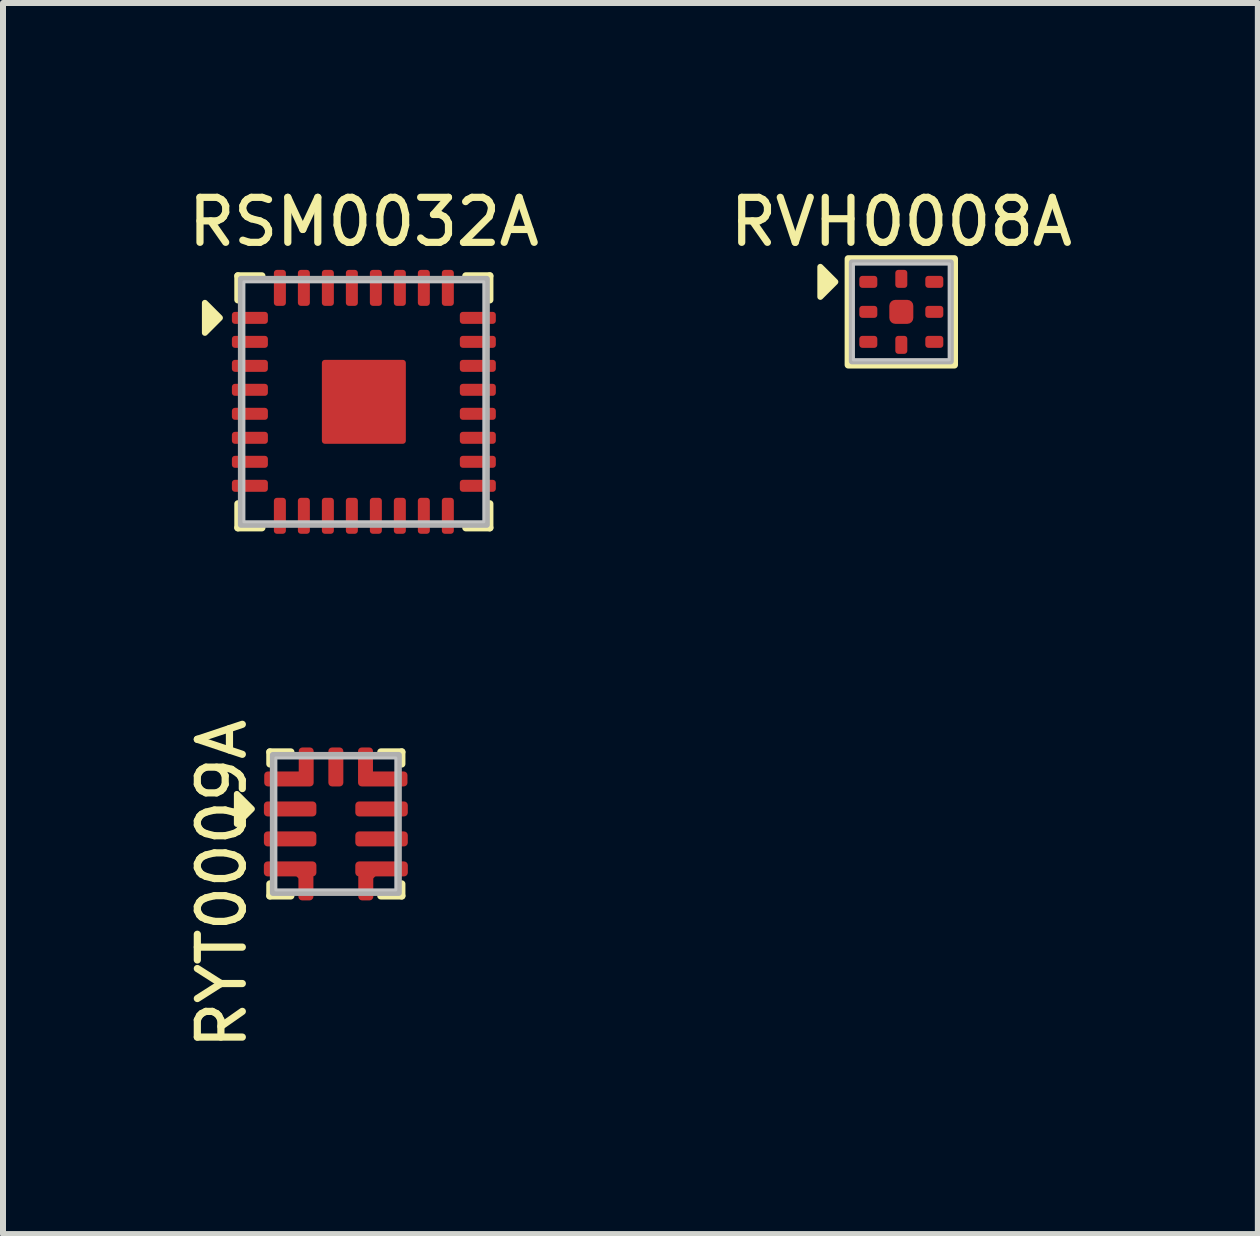
<source format=kicad_pcb>
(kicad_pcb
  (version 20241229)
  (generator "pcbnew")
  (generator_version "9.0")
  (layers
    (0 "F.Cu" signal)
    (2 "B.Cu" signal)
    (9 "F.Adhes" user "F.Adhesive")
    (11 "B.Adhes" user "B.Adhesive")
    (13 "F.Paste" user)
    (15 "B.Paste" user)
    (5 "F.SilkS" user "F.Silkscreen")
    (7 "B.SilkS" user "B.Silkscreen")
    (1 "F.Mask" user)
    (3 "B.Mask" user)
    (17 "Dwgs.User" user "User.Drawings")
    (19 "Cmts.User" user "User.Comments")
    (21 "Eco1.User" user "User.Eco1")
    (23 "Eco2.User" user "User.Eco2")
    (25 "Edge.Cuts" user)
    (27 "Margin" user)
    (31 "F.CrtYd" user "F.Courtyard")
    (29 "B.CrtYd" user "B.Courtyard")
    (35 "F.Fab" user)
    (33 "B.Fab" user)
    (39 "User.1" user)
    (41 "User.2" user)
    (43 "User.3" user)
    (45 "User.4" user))
  (footprint "RVH0008A"
    (layer "F.Cu")
    (at 11.976 2.149)
    (property "Reference" "RVH0008A" (at 0 -1.5 0) (unlocked yes) (layer "F.SilkS") (effects (font (size 0.75 0.75) (thickness 0.12))))
    (attr smd)
    (fp_rect (start -0.885 -0.885) (end 0.885 0.885) (stroke (width 0.12) (type default)) (fill no) (layer "F.SilkS"))
    (fp_poly (pts (xy -1.1 -0.5) (xy -1.35 -0.25) (xy -1.35 -0.75)) (stroke (width 0.1) (type solid)) (fill yes) (layer "F.SilkS"))
    (fp_rect (start -0.8 -0.8) (end 0.8 0.8) (stroke (width 0.05) (type default)) (fill no) (layer "Dwgs.User"))
    (fp_rect (start -0.825 -0.825) (end 0.825 0.825) (stroke (width 0.1) (type default)) (fill no) (layer "F.Fab"))
    (pad "1" smd roundrect (at -0.55 -0.5) (size 0.3 0.2) (layers "F.Cu" "F.Mask" "F.Paste") (roundrect_rratio 0.25))
    (pad "2" smd roundrect (at -0.55 0) (size 0.3 0.2) (layers "F.Cu" "F.Mask" "F.Paste") (roundrect_rratio 0.25))
    (pad "3" smd roundrect (at -0.55 0.5) (size 0.3 0.2) (layers "F.Cu" "F.Mask" "F.Paste") (roundrect_rratio 0.25))
    (pad "4" smd roundrect (at 0 0.55 90) (size 0.3 0.2) (layers "F.Cu" "F.Mask" "F.Paste") (roundrect_rratio 0.25))
    (pad "5" smd roundrect (at 0.55 0.5) (size 0.3 0.2) (layers "F.Cu" "F.Mask" "F.Paste") (roundrect_rratio 0.25))
    (pad "6" smd roundrect (at 0.55 0) (size 0.3 0.2) (layers "F.Cu" "F.Mask" "F.Paste") (roundrect_rratio 0.25))
    (pad "7" smd roundrect (at 0.55 -0.5) (size 0.3 0.2) (layers "F.Cu" "F.Mask" "F.Paste") (roundrect_rratio 0.25))
    (pad "8" smd roundrect (at 0 -0.55 90) (size 0.3 0.2) (layers "F.Cu" "F.Mask" "F.Paste") (roundrect_rratio 0.25))
    (pad "9" smd roundrect (at 0 0) (size 0.4 0.4) (layers "F.Cu" "F.Mask" "F.Paste") (roundrect_rratio 0.25)))
  (footprint "RSM0032A"
    (layer "F.Cu")
    (at 3.016 3.649)
    (property "Reference" "RSM0032A" (at 0 -3 0) (unlocked yes) (layer "F.SilkS") (effects (font (size 0.75 0.75) (thickness 0.12))))
    (attr smd allow_soldermask_bridges)
    (fp_line (start -2.1 -2.1) (end -2.1 -1.7) (stroke (width 0.12) (type default)) (layer "F.SilkS"))
    (fp_line (start -2.1 2.1) (end -2.1 1.7) (stroke (width 0.12) (type default)) (layer "F.SilkS"))
    (fp_line (start -2.1 2.1) (end -1.7 2.1) (stroke (width 0.12) (type default)) (layer "F.SilkS"))
    (fp_line (start -1.7 -2.1) (end -2.1 -2.1) (stroke (width 0.12) (type default)) (layer "F.SilkS"))
    (fp_line (start 2.1 -2.1) (end 1.7 -2.1) (stroke (width 0.12) (type default)) (layer "F.SilkS"))
    (fp_line (start 2.1 -2.1) (end 2.1 -1.7) (stroke (width 0.12) (type default)) (layer "F.SilkS"))
    (fp_line (start 2.1 2.1) (end 1.7 2.1) (stroke (width 0.12) (type default)) (layer "F.SilkS"))
    (fp_line (start 2.1 2.1) (end 2.1 1.7) (stroke (width 0.12) (type default)) (layer "F.SilkS"))
    (fp_poly (pts (xy -2.4 -1.4) (xy -2.65 -1.15) (xy -2.65 -1.65)) (stroke (width 0.1) (type solid)) (fill yes) (layer "F.SilkS"))
    (fp_rect (start -2 -2) (end 2 2) (stroke (width 0.05) (type default)) (fill no) (layer "Dwgs.User"))
    (fp_rect (start -2.05 -2.05) (end 2.05 2.05) (stroke (width 0.1) (type default)) (fill no) (layer "F.Fab"))
    (pad "1" smd roundrect (at -1.9 -1.4) (size 0.6 0.2) (layers "F.Cu" "F.Mask" "F.Paste") (roundrect_rratio 0.25))
    (pad "2" smd roundrect (at -1.9 -1) (size 0.6 0.2) (layers "F.Cu" "F.Mask" "F.Paste") (roundrect_rratio 0.25))
    (pad "3" smd roundrect (at -1.9 -0.6) (size 0.6 0.2) (layers "F.Cu" "F.Mask" "F.Paste") (roundrect_rratio 0.25))
    (pad "4" smd roundrect (at -1.9 -0.2) (size 0.6 0.2) (layers "F.Cu" "F.Mask" "F.Paste") (roundrect_rratio 0.25))
    (pad "5" smd roundrect (at -1.9 0.2) (size 0.6 0.2) (layers "F.Cu" "F.Mask" "F.Paste") (roundrect_rratio 0.25))
    (pad "6" smd roundrect (at -1.9 0.6) (size 0.6 0.2) (layers "F.Cu" "F.Mask" "F.Paste") (roundrect_rratio 0.25))
    (pad "7" smd roundrect (at -1.9 1) (size 0.6 0.2) (layers "F.Cu" "F.Mask" "F.Paste") (roundrect_rratio 0.25))
    (pad "8" smd roundrect (at -1.9 1.4) (size 0.6 0.2) (layers "F.Cu" "F.Mask" "F.Paste") (roundrect_rratio 0.25))
    (pad "9" smd roundrect (at -1.4 1.9 270) (size 0.6 0.2) (layers "F.Cu" "F.Mask" "F.Paste") (roundrect_rratio 0.25))
    (pad "10" smd roundrect (at -1 1.9 270) (size 0.6 0.2) (layers "F.Cu" "F.Mask" "F.Paste") (roundrect_rratio 0.25))
    (pad "11" smd roundrect (at -0.6 1.9 270) (size 0.6 0.2) (layers "F.Cu" "F.Mask" "F.Paste") (roundrect_rratio 0.25))
    (pad "12" smd roundrect (at -0.2 1.9 270) (size 0.6 0.2) (layers "F.Cu" "F.Mask" "F.Paste") (roundrect_rratio 0.25))
    (pad "13" smd roundrect (at 0.2 1.9 270) (size 0.6 0.2) (layers "F.Cu" "F.Mask" "F.Paste") (roundrect_rratio 0.25))
    (pad "14" smd roundrect (at 0.6 1.9 270) (size 0.6 0.2) (layers "F.Cu" "F.Mask" "F.Paste") (roundrect_rratio 0.25))
    (pad "15" smd roundrect (at 1 1.9 270) (size 0.6 0.2) (layers "F.Cu" "F.Mask" "F.Paste") (roundrect_rratio 0.25))
    (pad "16" smd roundrect (at 1.4 1.9 270) (size 0.6 0.2) (layers "F.Cu" "F.Mask" "F.Paste") (roundrect_rratio 0.25))
    (pad "17" smd roundrect (at 1.9 1.4) (size 0.6 0.2) (layers "F.Cu" "F.Mask" "F.Paste") (roundrect_rratio 0.25))
    (pad "18" smd roundrect (at 1.9 1) (size 0.6 0.2) (layers "F.Cu" "F.Mask" "F.Paste") (roundrect_rratio 0.25))
    (pad "19" smd roundrect (at 1.9 0.6) (size 0.6 0.2) (layers "F.Cu" "F.Mask" "F.Paste") (roundrect_rratio 0.25))
    (pad "20" smd roundrect (at 1.9 0.2) (size 0.6 0.2) (layers "F.Cu" "F.Mask" "F.Paste") (roundrect_rratio 0.25))
    (pad "21" smd roundrect (at 1.9 -0.2) (size 0.6 0.2) (layers "F.Cu" "F.Mask" "F.Paste") (roundrect_rratio 0.25))
    (pad "22" smd roundrect (at 1.9 -0.6) (size 0.6 0.2) (layers "F.Cu" "F.Mask" "F.Paste") (roundrect_rratio 0.25))
    (pad "23" smd roundrect (at 1.9 -1) (size 0.6 0.2) (layers "F.Cu" "F.Mask" "F.Paste") (roundrect_rratio 0.25))
    (pad "24" smd roundrect (at 1.9 -1.4) (size 0.6 0.2) (layers "F.Cu" "F.Mask" "F.Paste") (roundrect_rratio 0.25))
    (pad "25" smd roundrect (at 1.4 -1.9 90) (size 0.6 0.2) (layers "F.Cu" "F.Mask" "F.Paste") (roundrect_rratio 0.25))
    (pad "26" smd roundrect (at 1 -1.9 90) (size 0.6 0.2) (layers "F.Cu" "F.Mask" "F.Paste") (roundrect_rratio 0.25))
    (pad "27" smd roundrect (at 0.6 -1.9 90) (size 0.6 0.2) (layers "F.Cu" "F.Mask" "F.Paste") (roundrect_rratio 0.25))
    (pad "28" smd roundrect (at 0.2 -1.9 90) (size 0.6 0.2) (layers "F.Cu" "F.Mask" "F.Paste") (roundrect_rratio 0.25))
    (pad "29" smd roundrect (at -0.2 -1.9 90) (size 0.6 0.2) (layers "F.Cu" "F.Mask" "F.Paste") (roundrect_rratio 0.25))
    (pad "30" smd roundrect (at -0.6 -1.9 90) (size 0.6 0.2) (layers "F.Cu" "F.Mask" "F.Paste") (roundrect_rratio 0.25))
    (pad "31" smd roundrect (at -1 -1.9 90) (size 0.6 0.2) (layers "F.Cu" "F.Mask" "F.Paste") (roundrect_rratio 0.25))
    (pad "32" smd roundrect (at -1.4 -1.9 90) (size 0.6 0.2) (layers "F.Cu" "F.Mask" "F.Paste") (roundrect_rratio 0.25))
    (pad "33" smd roundrect (at 0 0) (size 1.4 1.4) (layers "F.Cu" "F.Mask" "F.Paste") (roundrect_rratio 0.036)))
  (footprint "RYT0009A"
    (layer "F.Cu")
    (at 2.549 10.686)
    (property "Reference" "RYT0009A" (at -1.9 1 90) (unlocked yes) (layer "F.SilkS") (effects (font (size 0.75 0.75) (thickness 0.12))))
    (attr smd)
    (fp_line (start -1.1 -1) (end -1.1 -1.2) (stroke (width 0.12) (type default)) (layer "F.SilkS"))
    (fp_line (start -1.1 1) (end -1.1 1.2) (stroke (width 0.12) (type default)) (layer "F.SilkS"))
    (fp_line (start -0.75 -1.2) (end -1.1 -1.2) (stroke (width 0.12) (type default)) (layer "F.SilkS"))
    (fp_line (start -0.75 1.2) (end -1.1 1.2) (stroke (width 0.12) (type default)) (layer "F.SilkS"))
    (fp_line (start 0.75 1.2) (end 1.1 1.2) (stroke (width 0.12) (type default)) (layer "F.SilkS"))
    (fp_line (start 1.1 -1.2) (end 0.75 -1.2) (stroke (width 0.12) (type default)) (layer "F.SilkS"))
    (fp_line (start 1.1 -1) (end 1.1 -1.2) (stroke (width 0.12) (type default)) (layer "F.SilkS"))
    (fp_line (start 1.1 1.2) (end 1.1 1) (stroke (width 0.12) (type default)) (layer "F.SilkS"))
    (fp_poly (pts (xy -1.4 -0.25) (xy -1.65 0) (xy -1.65 -0.5)) (stroke (width 0.1) (type solid)) (fill yes) (layer "F.SilkS"))
    (fp_rect (start -1 -1.1) (end 1 1.1) (stroke (width 0.05) (type default)) (fill no) (layer "Dwgs.User"))
    (fp_rect (start -1.05 -1.15) (end 1.05 1.15) (stroke (width 0.1) (type default)) (fill no) (layer "F.Fab"))
    (pad "1" smd roundrect (at -0.762 -0.25) (size 0.875 0.25) (layers "F.Cu" "F.Mask" "F.Paste") (roundrect_rratio 0.25))
    (pad "2" smd roundrect (at -0.762 0.25) (size 0.875 0.25) (layers "F.Cu" "F.Mask" "F.Paste") (roundrect_rratio 0.25))
    (pad "3" smd custom (at -0.762 0.75) (size 0.25 0.25) (layers "F.Cu" "F.Mask" "F.Paste") (options (anchor circle)) (primitives (gr_poly (pts (xy 0.438 -0.062) (xy 0.433 -0.086) (xy 0.419 -0.107) (xy 0.399 -0.12) (xy 0.375 -0.125) (xy -0.375 -0.125) (xy -0.399 -0.12) (xy -0.419 -0.107) (xy -0.433 -0.086) (xy -0.438 -0.062) (xy -0.438 0.062) (xy -0.433 0.086) (xy -0.419 0.107) (xy -0.399 0.12) (xy -0.375 0.125) (xy 0.375 0.125) (xy 0.399 0.12) (xy 0.419 0.107) (xy 0.433 0.086) (xy 0.438 0.062)) (width 0) (fill yes)) (gr_poly (pts (xy 0.168 0.515) (xy 0.164 0.512) (xy 0.15 0.498) (xy 0.148 0.495) (xy 0.14 0.477) (xy 0.138 0.467) (xy 0.138 0.458) (xy 0.138 0.175) (xy 0.136 0.155) (xy 0.107 0.127) (xy 0.087 0.125) (xy -0.37 0.125) (xy -0.38 0.124) (xy -0.389 0.122) (xy -0.407 0.115) (xy -0.411 0.112) (xy -0.425 0.098) (xy -0.427 0.095) (xy -0.435 0.077) (xy -0.437 0.067) (xy -0.438 0.058) (xy -0.438 -0.058) (xy -0.437 -0.067) (xy -0.435 -0.077) (xy -0.427 -0.095) (xy -0.425 -0.098) (xy -0.411 -0.112) (xy -0.407 -0.115) (xy -0.389 -0.122) (xy -0.38 -0.124) (xy -0.37 -0.125) (xy 0.2 -0.125) (xy 0.32 -0.125) (xy 0.33 -0.124) (xy 0.339 -0.122) (xy 0.357 -0.115) (xy 0.361 -0.112) (xy 0.375 -0.098) (xy 0.377 -0.095) (xy 0.385 -0.077) (xy 0.387 -0.067) (xy 0.388 -0.058) (xy 0.388 0.458) (xy 0.387 0.467) (xy 0.385 0.477) (xy 0.377 0.495) (xy 0.375 0.498) (xy 0.361 0.512) (xy 0.357 0.515) (xy 0.339 0.522) (xy 0.33 0.524) (xy 0.32 0.525) (xy 0.205 0.525) (xy 0.195 0.524) (xy 0.186 0.522)) (width 0) (fill yes))))
    (pad "4" smd custom (at 0.762 0.75) (size 0.25 0.25) (layers "F.Cu" "F.Mask" "F.Paste") (options (anchor circle)) (primitives (gr_poly (pts (xy -0.438 -0.062) (xy -0.433 -0.086) (xy -0.419 -0.107) (xy -0.399 -0.12) (xy -0.375 -0.125) (xy 0.375 -0.125) (xy 0.399 -0.12) (xy 0.419 -0.107) (xy 0.433 -0.086) (xy 0.438 -0.062) (xy 0.438 0.062) (xy 0.433 0.086) (xy 0.419 0.107) (xy 0.399 0.12) (xy 0.375 0.125) (xy -0.375 0.125) (xy -0.399 0.12) (xy -0.419 0.107) (xy -0.433 0.086) (xy -0.438 0.062)) (width 0) (fill yes)) (gr_poly (pts (xy -0.168 0.515) (xy -0.164 0.512) (xy -0.15 0.498) (xy -0.148 0.495) (xy -0.14 0.477) (xy -0.138 0.467) (xy -0.138 0.458) (xy -0.138 0.175) (xy -0.136 0.155) (xy -0.107 0.127) (xy -0.087 0.125) (xy 0.37 0.125) (xy 0.38 0.124) (xy 0.389 0.122) (xy 0.407 0.115) (xy 0.411 0.112) (xy 0.425 0.098) (xy 0.427 0.095) (xy 0.435 0.077) (xy 0.437 0.067) (xy 0.438 0.058) (xy 0.438 -0.058) (xy 0.437 -0.067) (xy 0.435 -0.077) (xy 0.427 -0.095) (xy 0.425 -0.098) (xy 0.411 -0.112) (xy 0.407 -0.115) (xy 0.389 -0.122) (xy 0.38 -0.124) (xy 0.37 -0.125) (xy -0.2 -0.125) (xy -0.32 -0.125) (xy -0.33 -0.124) (xy -0.339 -0.122) (xy -0.357 -0.115) (xy -0.361 -0.112) (xy -0.375 -0.098) (xy -0.377 -0.095) (xy -0.385 -0.077) (xy -0.387 -0.067) (xy -0.388 -0.058) (xy -0.388 0.458) (xy -0.387 0.467) (xy -0.385 0.477) (xy -0.377 0.495) (xy -0.375 0.498) (xy -0.361 0.512) (xy -0.357 0.515) (xy -0.339 0.522) (xy -0.33 0.524) (xy -0.32 0.525) (xy -0.205 0.525) (xy -0.195 0.524) (xy -0.186 0.522)) (width 0) (fill yes))))
    (pad "5" smd roundrect (at 0.762 0.25) (size 0.875 0.25) (layers "F.Cu" "F.Mask" "F.Paste") (roundrect_rratio 0.25))
    (pad "6" smd roundrect (at 0.762 -0.25) (size 0.875 0.25) (layers "F.Cu" "F.Mask" "F.Paste") (roundrect_rratio 0.25))
    (pad "7" smd custom (at 0.782 -0.75) (size 0.25 0.25) (layers "F.Cu" "F.Mask" "F.Paste") (options (anchor circle)) (primitives (gr_poly (pts (xy -0.412 -0.062) (xy -0.408 -0.086) (xy -0.394 -0.107) (xy -0.374 -0.12) (xy -0.35 -0.125) (xy 0.35 -0.125) (xy 0.374 -0.12) (xy 0.394 -0.107) (xy 0.408 -0.086) (xy 0.412 -0.062) (xy 0.412 0.062) (xy 0.408 0.086) (xy 0.394 0.107) (xy 0.374 0.12) (xy 0.35 0.125) (xy -0.35 0.125) (xy -0.374 0.12) (xy -0.394 0.107) (xy -0.408 0.086) (xy -0.412 0.062)) (width 0) (fill yes)) (gr_poly (pts (xy -0.35 0.125) (xy -0.374 0.12) (xy -0.394 0.107) (xy -0.408 0.086) (xy -0.412 0.062) (xy -0.412 -0.463) (xy -0.408 -0.486) (xy -0.394 -0.507) (xy -0.374 -0.52) (xy -0.35 -0.525) (xy -0.225 -0.525) (xy -0.201 -0.52) (xy -0.181 -0.507) (xy -0.167 -0.486) (xy -0.163 -0.463) (xy -0.163 0.062) (xy -0.167 0.086) (xy -0.181 0.107) (xy -0.201 0.12) (xy -0.225 0.125)) (width 0) (fill yes))))
    (pad "8" smd roundrect (at 0 -0.95 90) (size 0.65 0.25) (layers "F.Cu" "F.Mask" "F.Paste") (roundrect_rratio 0.25))
    (pad "9" smd custom (at -0.782 -0.75) (size 0.25 0.25) (layers "F.Cu" "F.Mask" "F.Paste") (options (anchor circle)) (primitives (gr_poly (pts (xy 0.412 -0.062) (xy 0.408 -0.086) (xy 0.394 -0.107) (xy 0.374 -0.12) (xy 0.35 -0.125) (xy -0.35 -0.125) (xy -0.374 -0.12) (xy -0.394 -0.107) (xy -0.408 -0.086) (xy -0.412 -0.062) (xy -0.412 0.062) (xy -0.408 0.086) (xy -0.394 0.107) (xy -0.374 0.12) (xy -0.35 0.125) (xy 0.35 0.125) (xy 0.374 0.12) (xy 0.394 0.107) (xy 0.408 0.086) (xy 0.412 0.062)) (width 0) (fill yes)) (gr_poly (pts (xy 0.35 0.125) (xy 0.374 0.12) (xy 0.394 0.107) (xy 0.408 0.086) (xy 0.412 0.062) (xy 0.412 -0.463) (xy 0.408 -0.486) (xy 0.394 -0.507) (xy 0.374 -0.52) (xy 0.35 -0.525) (xy 0.225 -0.525) (xy 0.201 -0.52) (xy 0.181 -0.507) (xy 0.167 -0.486) (xy 0.163 -0.463) (xy 0.163 0.062) (xy 0.167 0.086) (xy 0.181 0.107) (xy 0.201 0.12) (xy 0.225 0.125)) (width 0) (fill yes)))))
  (gr_rect
    (start -3 -3)
    (end 17.92 17.524)
    (stroke (width 0.1) (type default))
    (fill no)
    (layer "Edge.Cuts")))
</source>
